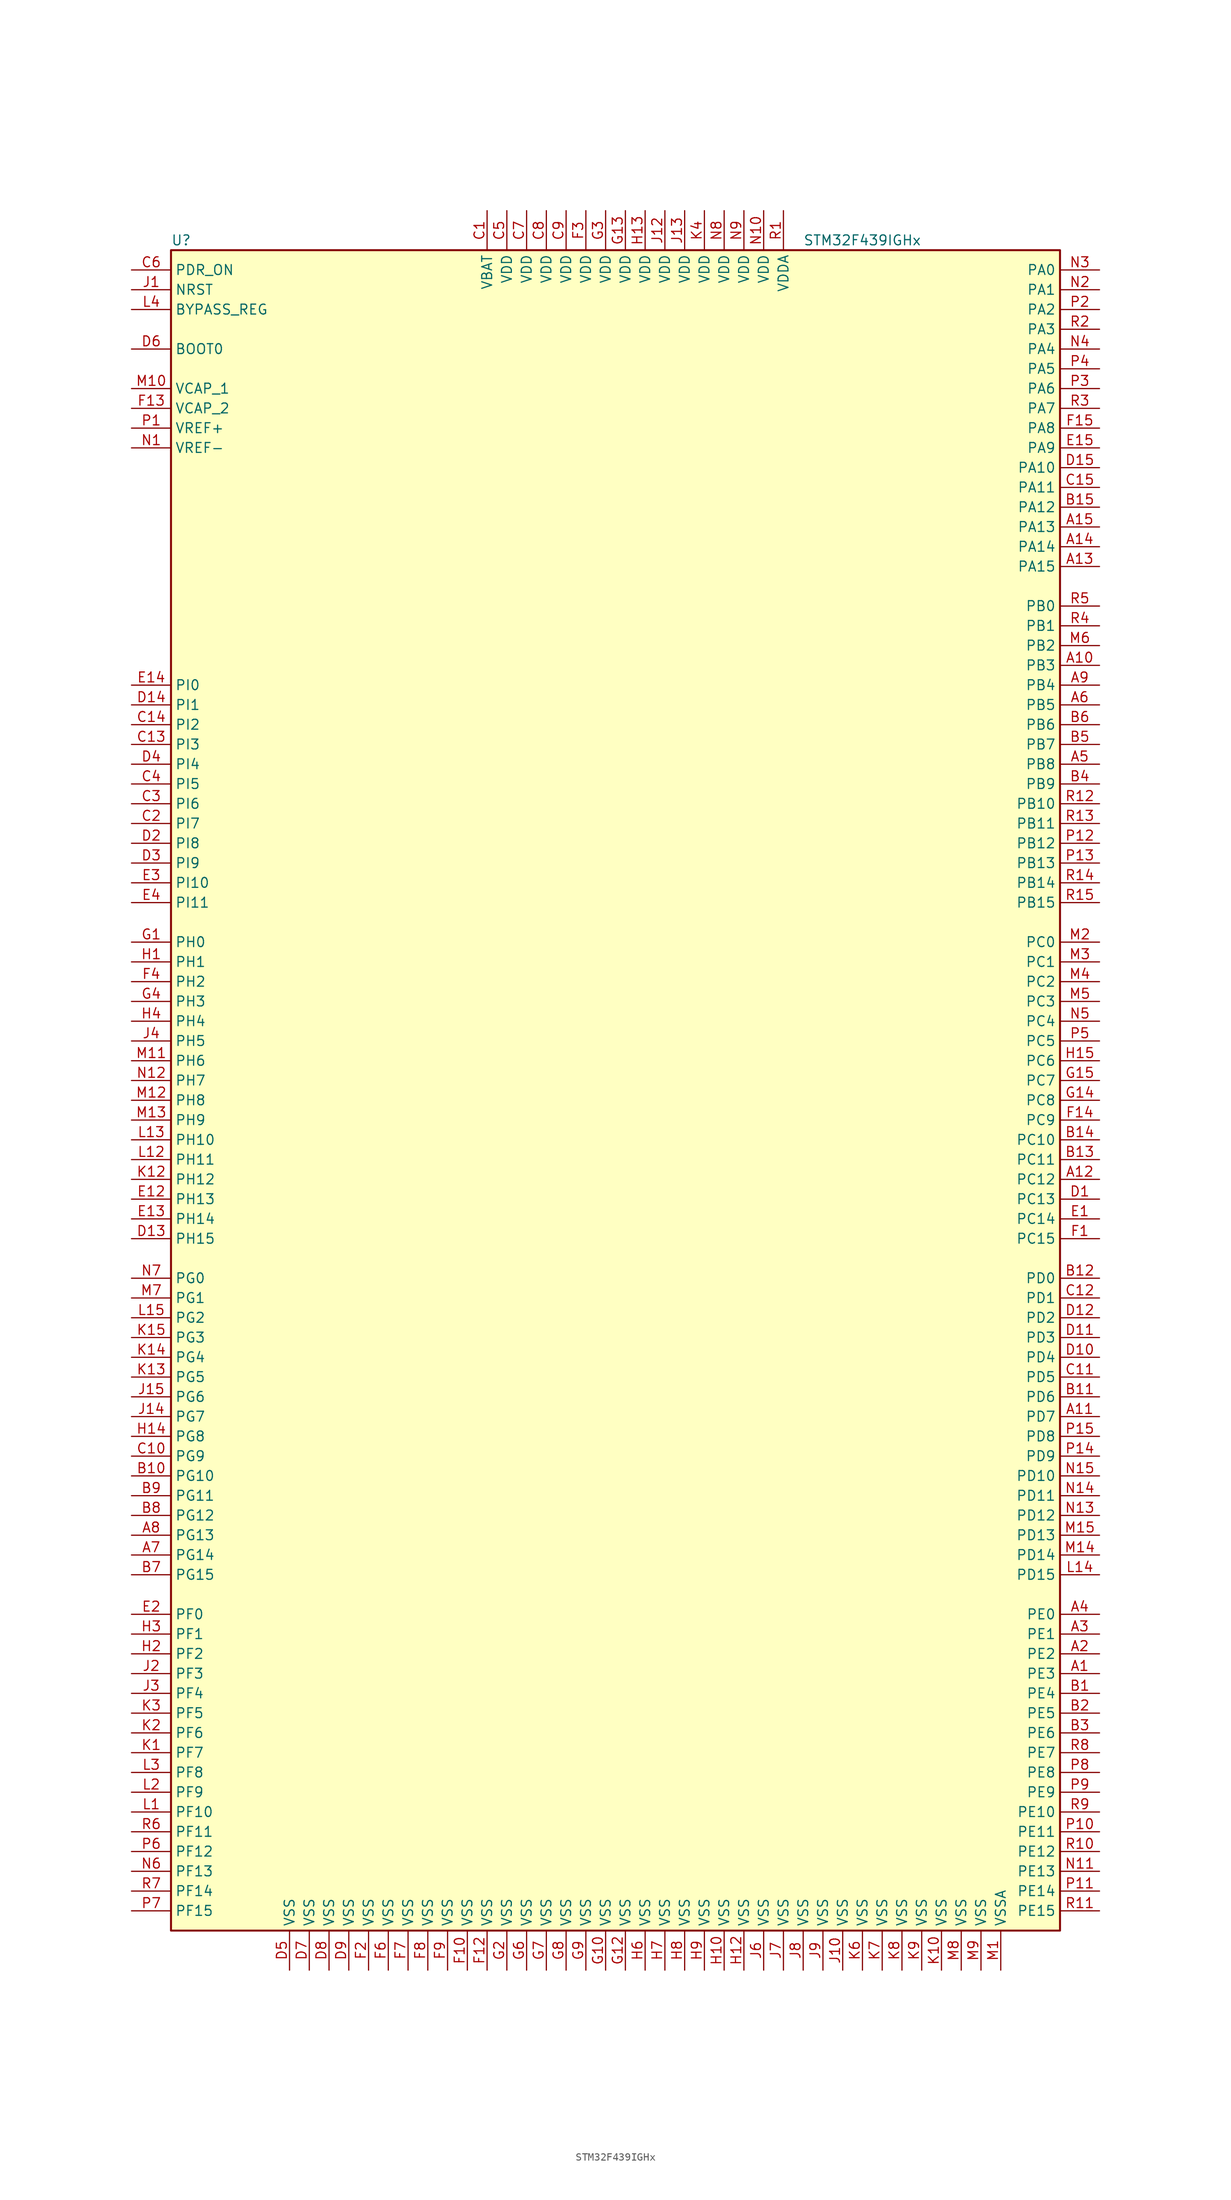
<source format=kicad_sym>
(kicad_symbol_lib
  (version 20220914)
  (generator kicad_symbol_editor)
  (symbol "STM32F439IGHx"
    (property "Reference" "U"
      (at -58.42 107.95 0)
      (effects (font (size 1.27 1.27)) (justify left)))
    (property "Value" "STM32F439IGHx"
      (at 22.86 107.95 0)
      (effects (font (size 1.27 1.27)) (justify left)))
    (symbol "STM32F439IGHx_0_1"
      (rectangle (start -58.42 -109.22) (end 55.88 106.68) (stroke (width 0.254) (type default)) (fill (type background))))
    (symbol "STM32F439IGHx_1_1"
      (pin bidirectional line (at 60.96 -76.2 180) (length 5.08) (name "PE3" (effects (font (size 1.27 1.27)))) (number "A1" (effects (font (size 1.27 1.27)))))
      (pin bidirectional line (at 60.96 53.34 180) (length 5.08) (name "PB3" (effects (font (size 1.27 1.27)))) (number "A10" (effects (font (size 1.27 1.27)))))
      (pin bidirectional line (at 60.96 -43.18 180) (length 5.08) (name "PD7" (effects (font (size 1.27 1.27)))) (number "A11" (effects (font (size 1.27 1.27)))))
      (pin bidirectional line (at 60.96 -12.7 180) (length 5.08) (name "PC12" (effects (font (size 1.27 1.27)))) (number "A12" (effects (font (size 1.27 1.27)))))
      (pin bidirectional line (at 60.96 66.04 180) (length 5.08) (name "PA15" (effects (font (size 1.27 1.27)))) (number "A13" (effects (font (size 1.27 1.27)))))
      (pin bidirectional line (at 60.96 68.58 180) (length 5.08) (name "PA14" (effects (font (size 1.27 1.27)))) (number "A14" (effects (font (size 1.27 1.27)))))
      (pin bidirectional line (at 60.96 71.12 180) (length 5.08) (name "PA13" (effects (font (size 1.27 1.27)))) (number "A15" (effects (font (size 1.27 1.27)))))
      (pin bidirectional line (at 60.96 -73.66 180) (length 5.08) (name "PE2" (effects (font (size 1.27 1.27)))) (number "A2" (effects (font (size 1.27 1.27)))))
      (pin bidirectional line (at 60.96 -71.12 180) (length 5.08) (name "PE1" (effects (font (size 1.27 1.27)))) (number "A3" (effects (font (size 1.27 1.27)))))
      (pin bidirectional line (at 60.96 -68.58 180) (length 5.08) (name "PE0" (effects (font (size 1.27 1.27)))) (number "A4" (effects (font (size 1.27 1.27)))))
      (pin bidirectional line (at 60.96 40.64 180) (length 5.08) (name "PB8" (effects (font (size 1.27 1.27)))) (number "A5" (effects (font (size 1.27 1.27)))))
      (pin bidirectional line (at 60.96 48.26 180) (length 5.08) (name "PB5" (effects (font (size 1.27 1.27)))) (number "A6" (effects (font (size 1.27 1.27)))))
      (pin bidirectional line (at -63.5 -60.96 0) (length 5.08) (name "PG14" (effects (font (size 1.27 1.27)))) (number "A7" (effects (font (size 1.27 1.27)))))
      (pin bidirectional line (at -63.5 -58.42 0) (length 5.08) (name "PG13" (effects (font (size 1.27 1.27)))) (number "A8" (effects (font (size 1.27 1.27)))))
      (pin bidirectional line (at 60.96 50.8 180) (length 5.08) (name "PB4" (effects (font (size 1.27 1.27)))) (number "A9" (effects (font (size 1.27 1.27)))))
      (pin bidirectional line (at 60.96 -78.74 180) (length 5.08) (name "PE4" (effects (font (size 1.27 1.27)))) (number "B1" (effects (font (size 1.27 1.27)))))
      (pin bidirectional line (at -63.5 -50.8 0) (length 5.08) (name "PG10" (effects (font (size 1.27 1.27)))) (number "B10" (effects (font (size 1.27 1.27)))))
      (pin bidirectional line (at 60.96 -40.64 180) (length 5.08) (name "PD6" (effects (font (size 1.27 1.27)))) (number "B11" (effects (font (size 1.27 1.27)))))
      (pin bidirectional line (at 60.96 -25.4 180) (length 5.08) (name "PD0" (effects (font (size 1.27 1.27)))) (number "B12" (effects (font (size 1.27 1.27)))))
      (pin bidirectional line (at 60.96 -10.16 180) (length 5.08) (name "PC11" (effects (font (size 1.27 1.27)))) (number "B13" (effects (font (size 1.27 1.27)))))
      (pin bidirectional line (at 60.96 -7.62 180) (length 5.08) (name "PC10" (effects (font (size 1.27 1.27)))) (number "B14" (effects (font (size 1.27 1.27)))))
      (pin bidirectional line (at 60.96 73.66 180) (length 5.08) (name "PA12" (effects (font (size 1.27 1.27)))) (number "B15" (effects (font (size 1.27 1.27)))))
      (pin bidirectional line (at 60.96 -81.28 180) (length 5.08) (name "PE5" (effects (font (size 1.27 1.27)))) (number "B2" (effects (font (size 1.27 1.27)))))
      (pin bidirectional line (at 60.96 -83.82 180) (length 5.08) (name "PE6" (effects (font (size 1.27 1.27)))) (number "B3" (effects (font (size 1.27 1.27)))))
      (pin bidirectional line (at 60.96 38.1 180) (length 5.08) (name "PB9" (effects (font (size 1.27 1.27)))) (number "B4" (effects (font (size 1.27 1.27)))))
      (pin bidirectional line (at 60.96 43.18 180) (length 5.08) (name "PB7" (effects (font (size 1.27 1.27)))) (number "B5" (effects (font (size 1.27 1.27)))))
      (pin bidirectional line (at 60.96 45.72 180) (length 5.08) (name "PB6" (effects (font (size 1.27 1.27)))) (number "B6" (effects (font (size 1.27 1.27)))))
      (pin bidirectional line (at -63.5 -63.5 0) (length 5.08) (name "PG15" (effects (font (size 1.27 1.27)))) (number "B7" (effects (font (size 1.27 1.27)))))
      (pin bidirectional line (at -63.5 -55.88 0) (length 5.08) (name "PG12" (effects (font (size 1.27 1.27)))) (number "B8" (effects (font (size 1.27 1.27)))))
      (pin bidirectional line (at -63.5 -53.34 0) (length 5.08) (name "PG11" (effects (font (size 1.27 1.27)))) (number "B9" (effects (font (size 1.27 1.27)))))
      (pin power_in line (at -17.78 111.76 270) (length 5.08) (name "VBAT" (effects (font (size 1.27 1.27)))) (number "C1" (effects (font (size 1.27 1.27)))))
      (pin bidirectional line (at -63.5 -48.26 0) (length 5.08) (name "PG9" (effects (font (size 1.27 1.27)))) (number "C10" (effects (font (size 1.27 1.27)))))
      (pin bidirectional line (at 60.96 -38.1 180) (length 5.08) (name "PD5" (effects (font (size 1.27 1.27)))) (number "C11" (effects (font (size 1.27 1.27)))))
      (pin bidirectional line (at 60.96 -27.94 180) (length 5.08) (name "PD1" (effects (font (size 1.27 1.27)))) (number "C12" (effects (font (size 1.27 1.27)))))
      (pin bidirectional line (at -63.5 43.18 0) (length 5.08) (name "PI3" (effects (font (size 1.27 1.27)))) (number "C13" (effects (font (size 1.27 1.27)))))
      (pin bidirectional line (at -63.5 45.72 0) (length 5.08) (name "PI2" (effects (font (size 1.27 1.27)))) (number "C14" (effects (font (size 1.27 1.27)))))
      (pin bidirectional line (at 60.96 76.2 180) (length 5.08) (name "PA11" (effects (font (size 1.27 1.27)))) (number "C15" (effects (font (size 1.27 1.27)))))
      (pin bidirectional line (at -63.5 33.02 0) (length 5.08) (name "PI7" (effects (font (size 1.27 1.27)))) (number "C2" (effects (font (size 1.27 1.27)))))
      (pin bidirectional line (at -63.5 35.56 0) (length 5.08) (name "PI6" (effects (font (size 1.27 1.27)))) (number "C3" (effects (font (size 1.27 1.27)))))
      (pin bidirectional line (at -63.5 38.1 0) (length 5.08) (name "PI5" (effects (font (size 1.27 1.27)))) (number "C4" (effects (font (size 1.27 1.27)))))
      (pin power_in line (at -15.24 111.76 270) (length 5.08) (name "VDD" (effects (font (size 1.27 1.27)))) (number "C5" (effects (font (size 1.27 1.27)))))
      (pin input line (at -63.5 104.14 0) (length 5.08) (name "PDR_ON" (effects (font (size 1.27 1.27)))) (number "C6" (effects (font (size 1.27 1.27)))))
      (pin power_in line (at -12.7 111.76 270) (length 5.08) (name "VDD" (effects (font (size 1.27 1.27)))) (number "C7" (effects (font (size 1.27 1.27)))))
      (pin power_in line (at -10.16 111.76 270) (length 5.08) (name "VDD" (effects (font (size 1.27 1.27)))) (number "C8" (effects (font (size 1.27 1.27)))))
      (pin power_in line (at -7.62 111.76 270) (length 5.08) (name "VDD" (effects (font (size 1.27 1.27)))) (number "C9" (effects (font (size 1.27 1.27)))))
      (pin bidirectional line (at 60.96 -15.24 180) (length 5.08) (name "PC13" (effects (font (size 1.27 1.27)))) (number "D1" (effects (font (size 1.27 1.27)))))
      (pin bidirectional line (at 60.96 -35.56 180) (length 5.08) (name "PD4" (effects (font (size 1.27 1.27)))) (number "D10" (effects (font (size 1.27 1.27)))))
      (pin bidirectional line (at 60.96 -33.02 180) (length 5.08) (name "PD3" (effects (font (size 1.27 1.27)))) (number "D11" (effects (font (size 1.27 1.27)))))
      (pin bidirectional line (at 60.96 -30.48 180) (length 5.08) (name "PD2" (effects (font (size 1.27 1.27)))) (number "D12" (effects (font (size 1.27 1.27)))))
      (pin bidirectional line (at -63.5 -20.32 0) (length 5.08) (name "PH15" (effects (font (size 1.27 1.27)))) (number "D13" (effects (font (size 1.27 1.27)))))
      (pin bidirectional line (at -63.5 48.26 0) (length 5.08) (name "PI1" (effects (font (size 1.27 1.27)))) (number "D14" (effects (font (size 1.27 1.27)))))
      (pin bidirectional line (at 60.96 78.74 180) (length 5.08) (name "PA10" (effects (font (size 1.27 1.27)))) (number "D15" (effects (font (size 1.27 1.27)))))
      (pin bidirectional line (at -63.5 30.48 0) (length 5.08) (name "PI8" (effects (font (size 1.27 1.27)))) (number "D2" (effects (font (size 1.27 1.27)))))
      (pin bidirectional line (at -63.5 27.94 0) (length 5.08) (name "PI9" (effects (font (size 1.27 1.27)))) (number "D3" (effects (font (size 1.27 1.27)))))
      (pin bidirectional line (at -63.5 40.64 0) (length 5.08) (name "PI4" (effects (font (size 1.27 1.27)))) (number "D4" (effects (font (size 1.27 1.27)))))
      (pin power_in line (at -43.18 -114.3 90) (length 5.08) (name "VSS" (effects (font (size 1.27 1.27)))) (number "D5" (effects (font (size 1.27 1.27)))))
      (pin input line (at -63.5 93.98 0) (length 5.08) (name "BOOT0" (effects (font (size 1.27 1.27)))) (number "D6" (effects (font (size 1.27 1.27)))))
      (pin power_in line (at -40.64 -114.3 90) (length 5.08) (name "VSS" (effects (font (size 1.27 1.27)))) (number "D7" (effects (font (size 1.27 1.27)))))
      (pin power_in line (at -38.1 -114.3 90) (length 5.08) (name "VSS" (effects (font (size 1.27 1.27)))) (number "D8" (effects (font (size 1.27 1.27)))))
      (pin power_in line (at -35.56 -114.3 90) (length 5.08) (name "VSS" (effects (font (size 1.27 1.27)))) (number "D9" (effects (font (size 1.27 1.27)))))
      (pin bidirectional line (at 60.96 -17.78 180) (length 5.08) (name "PC14" (effects (font (size 1.27 1.27)))) (number "E1" (effects (font (size 1.27 1.27)))))
      (pin bidirectional line (at -63.5 -15.24 0) (length 5.08) (name "PH13" (effects (font (size 1.27 1.27)))) (number "E12" (effects (font (size 1.27 1.27)))))
      (pin bidirectional line (at -63.5 -17.78 0) (length 5.08) (name "PH14" (effects (font (size 1.27 1.27)))) (number "E13" (effects (font (size 1.27 1.27)))))
      (pin bidirectional line (at -63.5 50.8 0) (length 5.08) (name "PI0" (effects (font (size 1.27 1.27)))) (number "E14" (effects (font (size 1.27 1.27)))))
      (pin bidirectional line (at 60.96 81.28 180) (length 5.08) (name "PA9" (effects (font (size 1.27 1.27)))) (number "E15" (effects (font (size 1.27 1.27)))))
      (pin bidirectional line (at -63.5 -68.58 0) (length 5.08) (name "PF0" (effects (font (size 1.27 1.27)))) (number "E2" (effects (font (size 1.27 1.27)))))
      (pin bidirectional line (at -63.5 25.4 0) (length 5.08) (name "PI10" (effects (font (size 1.27 1.27)))) (number "E3" (effects (font (size 1.27 1.27)))))
      (pin bidirectional line (at -63.5 22.86 0) (length 5.08) (name "PI11" (effects (font (size 1.27 1.27)))) (number "E4" (effects (font (size 1.27 1.27)))))
      (pin bidirectional line (at 60.96 -20.32 180) (length 5.08) (name "PC15" (effects (font (size 1.27 1.27)))) (number "F1" (effects (font (size 1.27 1.27)))))
      (pin power_in line (at -20.32 -114.3 90) (length 5.08) (name "VSS" (effects (font (size 1.27 1.27)))) (number "F10" (effects (font (size 1.27 1.27)))))
      (pin power_in line (at -17.78 -114.3 90) (length 5.08) (name "VSS" (effects (font (size 1.27 1.27)))) (number "F12" (effects (font (size 1.27 1.27)))))
      (pin power_in line (at -63.5 86.36 0) (length 5.08) (name "VCAP_2" (effects (font (size 1.27 1.27)))) (number "F13" (effects (font (size 1.27 1.27)))))
      (pin bidirectional line (at 60.96 -5.08 180) (length 5.08) (name "PC9" (effects (font (size 1.27 1.27)))) (number "F14" (effects (font (size 1.27 1.27)))))
      (pin bidirectional line (at 60.96 83.82 180) (length 5.08) (name "PA8" (effects (font (size 1.27 1.27)))) (number "F15" (effects (font (size 1.27 1.27)))))
      (pin power_in line (at -33.02 -114.3 90) (length 5.08) (name "VSS" (effects (font (size 1.27 1.27)))) (number "F2" (effects (font (size 1.27 1.27)))))
      (pin power_in line (at -5.08 111.76 270) (length 5.08) (name "VDD" (effects (font (size 1.27 1.27)))) (number "F3" (effects (font (size 1.27 1.27)))))
      (pin bidirectional line (at -63.5 12.7 0) (length 5.08) (name "PH2" (effects (font (size 1.27 1.27)))) (number "F4" (effects (font (size 1.27 1.27)))))
      (pin power_in line (at -30.48 -114.3 90) (length 5.08) (name "VSS" (effects (font (size 1.27 1.27)))) (number "F6" (effects (font (size 1.27 1.27)))))
      (pin power_in line (at -27.94 -114.3 90) (length 5.08) (name "VSS" (effects (font (size 1.27 1.27)))) (number "F7" (effects (font (size 1.27 1.27)))))
      (pin power_in line (at -25.4 -114.3 90) (length 5.08) (name "VSS" (effects (font (size 1.27 1.27)))) (number "F8" (effects (font (size 1.27 1.27)))))
      (pin power_in line (at -22.86 -114.3 90) (length 5.08) (name "VSS" (effects (font (size 1.27 1.27)))) (number "F9" (effects (font (size 1.27 1.27)))))
      (pin input line (at -63.5 17.78 0) (length 5.08) (name "PH0" (effects (font (size 1.27 1.27)))) (number "G1" (effects (font (size 1.27 1.27)))))
      (pin power_in line (at -2.54 -114.3 90) (length 5.08) (name "VSS" (effects (font (size 1.27 1.27)))) (number "G10" (effects (font (size 1.27 1.27)))))
      (pin power_in line (at 0 -114.3 90) (length 5.08) (name "VSS" (effects (font (size 1.27 1.27)))) (number "G12" (effects (font (size 1.27 1.27)))))
      (pin power_in line (at 0 111.76 270) (length 5.08) (name "VDD" (effects (font (size 1.27 1.27)))) (number "G13" (effects (font (size 1.27 1.27)))))
      (pin bidirectional line (at 60.96 -2.54 180) (length 5.08) (name "PC8" (effects (font (size 1.27 1.27)))) (number "G14" (effects (font (size 1.27 1.27)))))
      (pin bidirectional line (at 60.96 0 180) (length 5.08) (name "PC7" (effects (font (size 1.27 1.27)))) (number "G15" (effects (font (size 1.27 1.27)))))
      (pin power_in line (at -15.24 -114.3 90) (length 5.08) (name "VSS" (effects (font (size 1.27 1.27)))) (number "G2" (effects (font (size 1.27 1.27)))))
      (pin power_in line (at -2.54 111.76 270) (length 5.08) (name "VDD" (effects (font (size 1.27 1.27)))) (number "G3" (effects (font (size 1.27 1.27)))))
      (pin bidirectional line (at -63.5 10.16 0) (length 5.08) (name "PH3" (effects (font (size 1.27 1.27)))) (number "G4" (effects (font (size 1.27 1.27)))))
      (pin power_in line (at -12.7 -114.3 90) (length 5.08) (name "VSS" (effects (font (size 1.27 1.27)))) (number "G6" (effects (font (size 1.27 1.27)))))
      (pin power_in line (at -10.16 -114.3 90) (length 5.08) (name "VSS" (effects (font (size 1.27 1.27)))) (number "G7" (effects (font (size 1.27 1.27)))))
      (pin power_in line (at -7.62 -114.3 90) (length 5.08) (name "VSS" (effects (font (size 1.27 1.27)))) (number "G8" (effects (font (size 1.27 1.27)))))
      (pin power_in line (at -5.08 -114.3 90) (length 5.08) (name "VSS" (effects (font (size 1.27 1.27)))) (number "G9" (effects (font (size 1.27 1.27)))))
      (pin input line (at -63.5 15.24 0) (length 5.08) (name "PH1" (effects (font (size 1.27 1.27)))) (number "H1" (effects (font (size 1.27 1.27)))))
      (pin power_in line (at 12.7 -114.3 90) (length 5.08) (name "VSS" (effects (font (size 1.27 1.27)))) (number "H10" (effects (font (size 1.27 1.27)))))
      (pin power_in line (at 15.24 -114.3 90) (length 5.08) (name "VSS" (effects (font (size 1.27 1.27)))) (number "H12" (effects (font (size 1.27 1.27)))))
      (pin power_in line (at 2.54 111.76 270) (length 5.08) (name "VDD" (effects (font (size 1.27 1.27)))) (number "H13" (effects (font (size 1.27 1.27)))))
      (pin bidirectional line (at -63.5 -45.72 0) (length 5.08) (name "PG8" (effects (font (size 1.27 1.27)))) (number "H14" (effects (font (size 1.27 1.27)))))
      (pin bidirectional line (at 60.96 2.54 180) (length 5.08) (name "PC6" (effects (font (size 1.27 1.27)))) (number "H15" (effects (font (size 1.27 1.27)))))
      (pin bidirectional line (at -63.5 -73.66 0) (length 5.08) (name "PF2" (effects (font (size 1.27 1.27)))) (number "H2" (effects (font (size 1.27 1.27)))))
      (pin bidirectional line (at -63.5 -71.12 0) (length 5.08) (name "PF1" (effects (font (size 1.27 1.27)))) (number "H3" (effects (font (size 1.27 1.27)))))
      (pin bidirectional line (at -63.5 7.62 0) (length 5.08) (name "PH4" (effects (font (size 1.27 1.27)))) (number "H4" (effects (font (size 1.27 1.27)))))
      (pin power_in line (at 2.54 -114.3 90) (length 5.08) (name "VSS" (effects (font (size 1.27 1.27)))) (number "H6" (effects (font (size 1.27 1.27)))))
      (pin power_in line (at 5.08 -114.3 90) (length 5.08) (name "VSS" (effects (font (size 1.27 1.27)))) (number "H7" (effects (font (size 1.27 1.27)))))
      (pin power_in line (at 7.62 -114.3 90) (length 5.08) (name "VSS" (effects (font (size 1.27 1.27)))) (number "H8" (effects (font (size 1.27 1.27)))))
      (pin power_in line (at 10.16 -114.3 90) (length 5.08) (name "VSS" (effects (font (size 1.27 1.27)))) (number "H9" (effects (font (size 1.27 1.27)))))
      (pin input line (at -63.5 101.6 0) (length 5.08) (name "NRST" (effects (font (size 1.27 1.27)))) (number "J1" (effects (font (size 1.27 1.27)))))
      (pin power_in line (at 27.94 -114.3 90) (length 5.08) (name "VSS" (effects (font (size 1.27 1.27)))) (number "J10" (effects (font (size 1.27 1.27)))))
      (pin power_in line (at 5.08 111.76 270) (length 5.08) (name "VDD" (effects (font (size 1.27 1.27)))) (number "J12" (effects (font (size 1.27 1.27)))))
      (pin power_in line (at 7.62 111.76 270) (length 5.08) (name "VDD" (effects (font (size 1.27 1.27)))) (number "J13" (effects (font (size 1.27 1.27)))))
      (pin bidirectional line (at -63.5 -43.18 0) (length 5.08) (name "PG7" (effects (font (size 1.27 1.27)))) (number "J14" (effects (font (size 1.27 1.27)))))
      (pin bidirectional line (at -63.5 -40.64 0) (length 5.08) (name "PG6" (effects (font (size 1.27 1.27)))) (number "J15" (effects (font (size 1.27 1.27)))))
      (pin bidirectional line (at -63.5 -76.2 0) (length 5.08) (name "PF3" (effects (font (size 1.27 1.27)))) (number "J2" (effects (font (size 1.27 1.27)))))
      (pin bidirectional line (at -63.5 -78.74 0) (length 5.08) (name "PF4" (effects (font (size 1.27 1.27)))) (number "J3" (effects (font (size 1.27 1.27)))))
      (pin bidirectional line (at -63.5 5.08 0) (length 5.08) (name "PH5" (effects (font (size 1.27 1.27)))) (number "J4" (effects (font (size 1.27 1.27)))))
      (pin power_in line (at 17.78 -114.3 90) (length 5.08) (name "VSS" (effects (font (size 1.27 1.27)))) (number "J6" (effects (font (size 1.27 1.27)))))
      (pin power_in line (at 20.32 -114.3 90) (length 5.08) (name "VSS" (effects (font (size 1.27 1.27)))) (number "J7" (effects (font (size 1.27 1.27)))))
      (pin power_in line (at 22.86 -114.3 90) (length 5.08) (name "VSS" (effects (font (size 1.27 1.27)))) (number "J8" (effects (font (size 1.27 1.27)))))
      (pin power_in line (at 25.4 -114.3 90) (length 5.08) (name "VSS" (effects (font (size 1.27 1.27)))) (number "J9" (effects (font (size 1.27 1.27)))))
      (pin bidirectional line (at -63.5 -86.36 0) (length 5.08) (name "PF7" (effects (font (size 1.27 1.27)))) (number "K1" (effects (font (size 1.27 1.27)))))
      (pin power_in line (at 40.64 -114.3 90) (length 5.08) (name "VSS" (effects (font (size 1.27 1.27)))) (number "K10" (effects (font (size 1.27 1.27)))))
      (pin bidirectional line (at -63.5 -12.7 0) (length 5.08) (name "PH12" (effects (font (size 1.27 1.27)))) (number "K12" (effects (font (size 1.27 1.27)))))
      (pin bidirectional line (at -63.5 -38.1 0) (length 5.08) (name "PG5" (effects (font (size 1.27 1.27)))) (number "K13" (effects (font (size 1.27 1.27)))))
      (pin bidirectional line (at -63.5 -35.56 0) (length 5.08) (name "PG4" (effects (font (size 1.27 1.27)))) (number "K14" (effects (font (size 1.27 1.27)))))
      (pin bidirectional line (at -63.5 -33.02 0) (length 5.08) (name "PG3" (effects (font (size 1.27 1.27)))) (number "K15" (effects (font (size 1.27 1.27)))))
      (pin bidirectional line (at -63.5 -83.82 0) (length 5.08) (name "PF6" (effects (font (size 1.27 1.27)))) (number "K2" (effects (font (size 1.27 1.27)))))
      (pin bidirectional line (at -63.5 -81.28 0) (length 5.08) (name "PF5" (effects (font (size 1.27 1.27)))) (number "K3" (effects (font (size 1.27 1.27)))))
      (pin power_in line (at 10.16 111.76 270) (length 5.08) (name "VDD" (effects (font (size 1.27 1.27)))) (number "K4" (effects (font (size 1.27 1.27)))))
      (pin power_in line (at 30.48 -114.3 90) (length 5.08) (name "VSS" (effects (font (size 1.27 1.27)))) (number "K6" (effects (font (size 1.27 1.27)))))
      (pin power_in line (at 33.02 -114.3 90) (length 5.08) (name "VSS" (effects (font (size 1.27 1.27)))) (number "K7" (effects (font (size 1.27 1.27)))))
      (pin power_in line (at 35.56 -114.3 90) (length 5.08) (name "VSS" (effects (font (size 1.27 1.27)))) (number "K8" (effects (font (size 1.27 1.27)))))
      (pin power_in line (at 38.1 -114.3 90) (length 5.08) (name "VSS" (effects (font (size 1.27 1.27)))) (number "K9" (effects (font (size 1.27 1.27)))))
      (pin bidirectional line (at -63.5 -93.98 0) (length 5.08) (name "PF10" (effects (font (size 1.27 1.27)))) (number "L1" (effects (font (size 1.27 1.27)))))
      (pin bidirectional line (at -63.5 -10.16 0) (length 5.08) (name "PH11" (effects (font (size 1.27 1.27)))) (number "L12" (effects (font (size 1.27 1.27)))))
      (pin bidirectional line (at -63.5 -7.62 0) (length 5.08) (name "PH10" (effects (font (size 1.27 1.27)))) (number "L13" (effects (font (size 1.27 1.27)))))
      (pin bidirectional line (at 60.96 -63.5 180) (length 5.08) (name "PD15" (effects (font (size 1.27 1.27)))) (number "L14" (effects (font (size 1.27 1.27)))))
      (pin bidirectional line (at -63.5 -30.48 0) (length 5.08) (name "PG2" (effects (font (size 1.27 1.27)))) (number "L15" (effects (font (size 1.27 1.27)))))
      (pin bidirectional line (at -63.5 -91.44 0) (length 5.08) (name "PF9" (effects (font (size 1.27 1.27)))) (number "L2" (effects (font (size 1.27 1.27)))))
      (pin bidirectional line (at -63.5 -88.9 0) (length 5.08) (name "PF8" (effects (font (size 1.27 1.27)))) (number "L3" (effects (font (size 1.27 1.27)))))
      (pin input line (at -63.5 99.06 0) (length 5.08) (name "BYPASS_REG" (effects (font (size 1.27 1.27)))) (number "L4" (effects (font (size 1.27 1.27)))))
      (pin power_in line (at 48.26 -114.3 90) (length 5.08) (name "VSSA" (effects (font (size 1.27 1.27)))) (number "M1" (effects (font (size 1.27 1.27)))))
      (pin power_in line (at -63.5 88.9 0) (length 5.08) (name "VCAP_1" (effects (font (size 1.27 1.27)))) (number "M10" (effects (font (size 1.27 1.27)))))
      (pin bidirectional line (at -63.5 2.54 0) (length 5.08) (name "PH6" (effects (font (size 1.27 1.27)))) (number "M11" (effects (font (size 1.27 1.27)))))
      (pin bidirectional line (at -63.5 -2.54 0) (length 5.08) (name "PH8" (effects (font (size 1.27 1.27)))) (number "M12" (effects (font (size 1.27 1.27)))))
      (pin bidirectional line (at -63.5 -5.08 0) (length 5.08) (name "PH9" (effects (font (size 1.27 1.27)))) (number "M13" (effects (font (size 1.27 1.27)))))
      (pin bidirectional line (at 60.96 -60.96 180) (length 5.08) (name "PD14" (effects (font (size 1.27 1.27)))) (number "M14" (effects (font (size 1.27 1.27)))))
      (pin bidirectional line (at 60.96 -58.42 180) (length 5.08) (name "PD13" (effects (font (size 1.27 1.27)))) (number "M15" (effects (font (size 1.27 1.27)))))
      (pin bidirectional line (at 60.96 17.78 180) (length 5.08) (name "PC0" (effects (font (size 1.27 1.27)))) (number "M2" (effects (font (size 1.27 1.27)))))
      (pin bidirectional line (at 60.96 15.24 180) (length 5.08) (name "PC1" (effects (font (size 1.27 1.27)))) (number "M3" (effects (font (size 1.27 1.27)))))
      (pin bidirectional line (at 60.96 12.7 180) (length 5.08) (name "PC2" (effects (font (size 1.27 1.27)))) (number "M4" (effects (font (size 1.27 1.27)))))
      (pin bidirectional line (at 60.96 10.16 180) (length 5.08) (name "PC3" (effects (font (size 1.27 1.27)))) (number "M5" (effects (font (size 1.27 1.27)))))
      (pin bidirectional line (at 60.96 55.88 180) (length 5.08) (name "PB2" (effects (font (size 1.27 1.27)))) (number "M6" (effects (font (size 1.27 1.27)))))
      (pin bidirectional line (at -63.5 -27.94 0) (length 5.08) (name "PG1" (effects (font (size 1.27 1.27)))) (number "M7" (effects (font (size 1.27 1.27)))))
      (pin power_in line (at 43.18 -114.3 90) (length 5.08) (name "VSS" (effects (font (size 1.27 1.27)))) (number "M8" (effects (font (size 1.27 1.27)))))
      (pin power_in line (at 45.72 -114.3 90) (length 5.08) (name "VSS" (effects (font (size 1.27 1.27)))) (number "M9" (effects (font (size 1.27 1.27)))))
      (pin power_in line (at -63.5 81.28 0) (length 5.08) (name "VREF-" (effects (font (size 1.27 1.27)))) (number "N1" (effects (font (size 1.27 1.27)))))
      (pin power_in line (at 17.78 111.76 270) (length 5.08) (name "VDD" (effects (font (size 1.27 1.27)))) (number "N10" (effects (font (size 1.27 1.27)))))
      (pin bidirectional line (at 60.96 -101.6 180) (length 5.08) (name "PE13" (effects (font (size 1.27 1.27)))) (number "N11" (effects (font (size 1.27 1.27)))))
      (pin bidirectional line (at -63.5 0 0) (length 5.08) (name "PH7" (effects (font (size 1.27 1.27)))) (number "N12" (effects (font (size 1.27 1.27)))))
      (pin bidirectional line (at 60.96 -55.88 180) (length 5.08) (name "PD12" (effects (font (size 1.27 1.27)))) (number "N13" (effects (font (size 1.27 1.27)))))
      (pin bidirectional line (at 60.96 -53.34 180) (length 5.08) (name "PD11" (effects (font (size 1.27 1.27)))) (number "N14" (effects (font (size 1.27 1.27)))))
      (pin bidirectional line (at 60.96 -50.8 180) (length 5.08) (name "PD10" (effects (font (size 1.27 1.27)))) (number "N15" (effects (font (size 1.27 1.27)))))
      (pin bidirectional line (at 60.96 101.6 180) (length 5.08) (name "PA1" (effects (font (size 1.27 1.27)))) (number "N2" (effects (font (size 1.27 1.27)))))
      (pin bidirectional line (at 60.96 104.14 180) (length 5.08) (name "PA0" (effects (font (size 1.27 1.27)))) (number "N3" (effects (font (size 1.27 1.27)))))
      (pin bidirectional line (at 60.96 93.98 180) (length 5.08) (name "PA4" (effects (font (size 1.27 1.27)))) (number "N4" (effects (font (size 1.27 1.27)))))
      (pin bidirectional line (at 60.96 7.62 180) (length 5.08) (name "PC4" (effects (font (size 1.27 1.27)))) (number "N5" (effects (font (size 1.27 1.27)))))
      (pin bidirectional line (at -63.5 -101.6 0) (length 5.08) (name "PF13" (effects (font (size 1.27 1.27)))) (number "N6" (effects (font (size 1.27 1.27)))))
      (pin bidirectional line (at -63.5 -25.4 0) (length 5.08) (name "PG0" (effects (font (size 1.27 1.27)))) (number "N7" (effects (font (size 1.27 1.27)))))
      (pin power_in line (at 12.7 111.76 270) (length 5.08) (name "VDD" (effects (font (size 1.27 1.27)))) (number "N8" (effects (font (size 1.27 1.27)))))
      (pin power_in line (at 15.24 111.76 270) (length 5.08) (name "VDD" (effects (font (size 1.27 1.27)))) (number "N9" (effects (font (size 1.27 1.27)))))
      (pin power_in line (at -63.5 83.82 0) (length 5.08) (name "VREF+" (effects (font (size 1.27 1.27)))) (number "P1" (effects (font (size 1.27 1.27)))))
      (pin bidirectional line (at 60.96 -96.52 180) (length 5.08) (name "PE11" (effects (font (size 1.27 1.27)))) (number "P10" (effects (font (size 1.27 1.27)))))
      (pin bidirectional line (at 60.96 -104.14 180) (length 5.08) (name "PE14" (effects (font (size 1.27 1.27)))) (number "P11" (effects (font (size 1.27 1.27)))))
      (pin bidirectional line (at 60.96 30.48 180) (length 5.08) (name "PB12" (effects (font (size 1.27 1.27)))) (number "P12" (effects (font (size 1.27 1.27)))))
      (pin bidirectional line (at 60.96 27.94 180) (length 5.08) (name "PB13" (effects (font (size 1.27 1.27)))) (number "P13" (effects (font (size 1.27 1.27)))))
      (pin bidirectional line (at 60.96 -48.26 180) (length 5.08) (name "PD9" (effects (font (size 1.27 1.27)))) (number "P14" (effects (font (size 1.27 1.27)))))
      (pin bidirectional line (at 60.96 -45.72 180) (length 5.08) (name "PD8" (effects (font (size 1.27 1.27)))) (number "P15" (effects (font (size 1.27 1.27)))))
      (pin bidirectional line (at 60.96 99.06 180) (length 5.08) (name "PA2" (effects (font (size 1.27 1.27)))) (number "P2" (effects (font (size 1.27 1.27)))))
      (pin bidirectional line (at 60.96 88.9 180) (length 5.08) (name "PA6" (effects (font (size 1.27 1.27)))) (number "P3" (effects (font (size 1.27 1.27)))))
      (pin bidirectional line (at 60.96 91.44 180) (length 5.08) (name "PA5" (effects (font (size 1.27 1.27)))) (number "P4" (effects (font (size 1.27 1.27)))))
      (pin bidirectional line (at 60.96 5.08 180) (length 5.08) (name "PC5" (effects (font (size 1.27 1.27)))) (number "P5" (effects (font (size 1.27 1.27)))))
      (pin bidirectional line (at -63.5 -99.06 0) (length 5.08) (name "PF12" (effects (font (size 1.27 1.27)))) (number "P6" (effects (font (size 1.27 1.27)))))
      (pin bidirectional line (at -63.5 -106.68 0) (length 5.08) (name "PF15" (effects (font (size 1.27 1.27)))) (number "P7" (effects (font (size 1.27 1.27)))))
      (pin bidirectional line (at 60.96 -88.9 180) (length 5.08) (name "PE8" (effects (font (size 1.27 1.27)))) (number "P8" (effects (font (size 1.27 1.27)))))
      (pin bidirectional line (at 60.96 -91.44 180) (length 5.08) (name "PE9" (effects (font (size 1.27 1.27)))) (number "P9" (effects (font (size 1.27 1.27)))))
      (pin power_in line (at 20.32 111.76 270) (length 5.08) (name "VDDA" (effects (font (size 1.27 1.27)))) (number "R1" (effects (font (size 1.27 1.27)))))
      (pin bidirectional line (at 60.96 -99.06 180) (length 5.08) (name "PE12" (effects (font (size 1.27 1.27)))) (number "R10" (effects (font (size 1.27 1.27)))))
      (pin bidirectional line (at 60.96 -106.68 180) (length 5.08) (name "PE15" (effects (font (size 1.27 1.27)))) (number "R11" (effects (font (size 1.27 1.27)))))
      (pin bidirectional line (at 60.96 35.56 180) (length 5.08) (name "PB10" (effects (font (size 1.27 1.27)))) (number "R12" (effects (font (size 1.27 1.27)))))
      (pin bidirectional line (at 60.96 33.02 180) (length 5.08) (name "PB11" (effects (font (size 1.27 1.27)))) (number "R13" (effects (font (size 1.27 1.27)))))
      (pin bidirectional line (at 60.96 25.4 180) (length 5.08) (name "PB14" (effects (font (size 1.27 1.27)))) (number "R14" (effects (font (size 1.27 1.27)))))
      (pin bidirectional line (at 60.96 22.86 180) (length 5.08) (name "PB15" (effects (font (size 1.27 1.27)))) (number "R15" (effects (font (size 1.27 1.27)))))
      (pin bidirectional line (at 60.96 96.52 180) (length 5.08) (name "PA3" (effects (font (size 1.27 1.27)))) (number "R2" (effects (font (size 1.27 1.27)))))
      (pin bidirectional line (at 60.96 86.36 180) (length 5.08) (name "PA7" (effects (font (size 1.27 1.27)))) (number "R3" (effects (font (size 1.27 1.27)))))
      (pin bidirectional line (at 60.96 58.42 180) (length 5.08) (name "PB1" (effects (font (size 1.27 1.27)))) (number "R4" (effects (font (size 1.27 1.27)))))
      (pin bidirectional line (at 60.96 60.96 180) (length 5.08) (name "PB0" (effects (font (size 1.27 1.27)))) (number "R5" (effects (font (size 1.27 1.27)))))
      (pin bidirectional line (at -63.5 -96.52 0) (length 5.08) (name "PF11" (effects (font (size 1.27 1.27)))) (number "R6" (effects (font (size 1.27 1.27)))))
      (pin bidirectional line (at -63.5 -104.14 0) (length 5.08) (name "PF14" (effects (font (size 1.27 1.27)))) (number "R7" (effects (font (size 1.27 1.27)))))
      (pin bidirectional line (at 60.96 -86.36 180) (length 5.08) (name "PE7" (effects (font (size 1.27 1.27)))) (number "R8" (effects (font (size 1.27 1.27)))))
      (pin bidirectional line (at 60.96 -93.98 180) (length 5.08) (name "PE10" (effects (font (size 1.27 1.27)))) (number "R9" (effects (font (size 1.27 1.27))))))))
</source>
